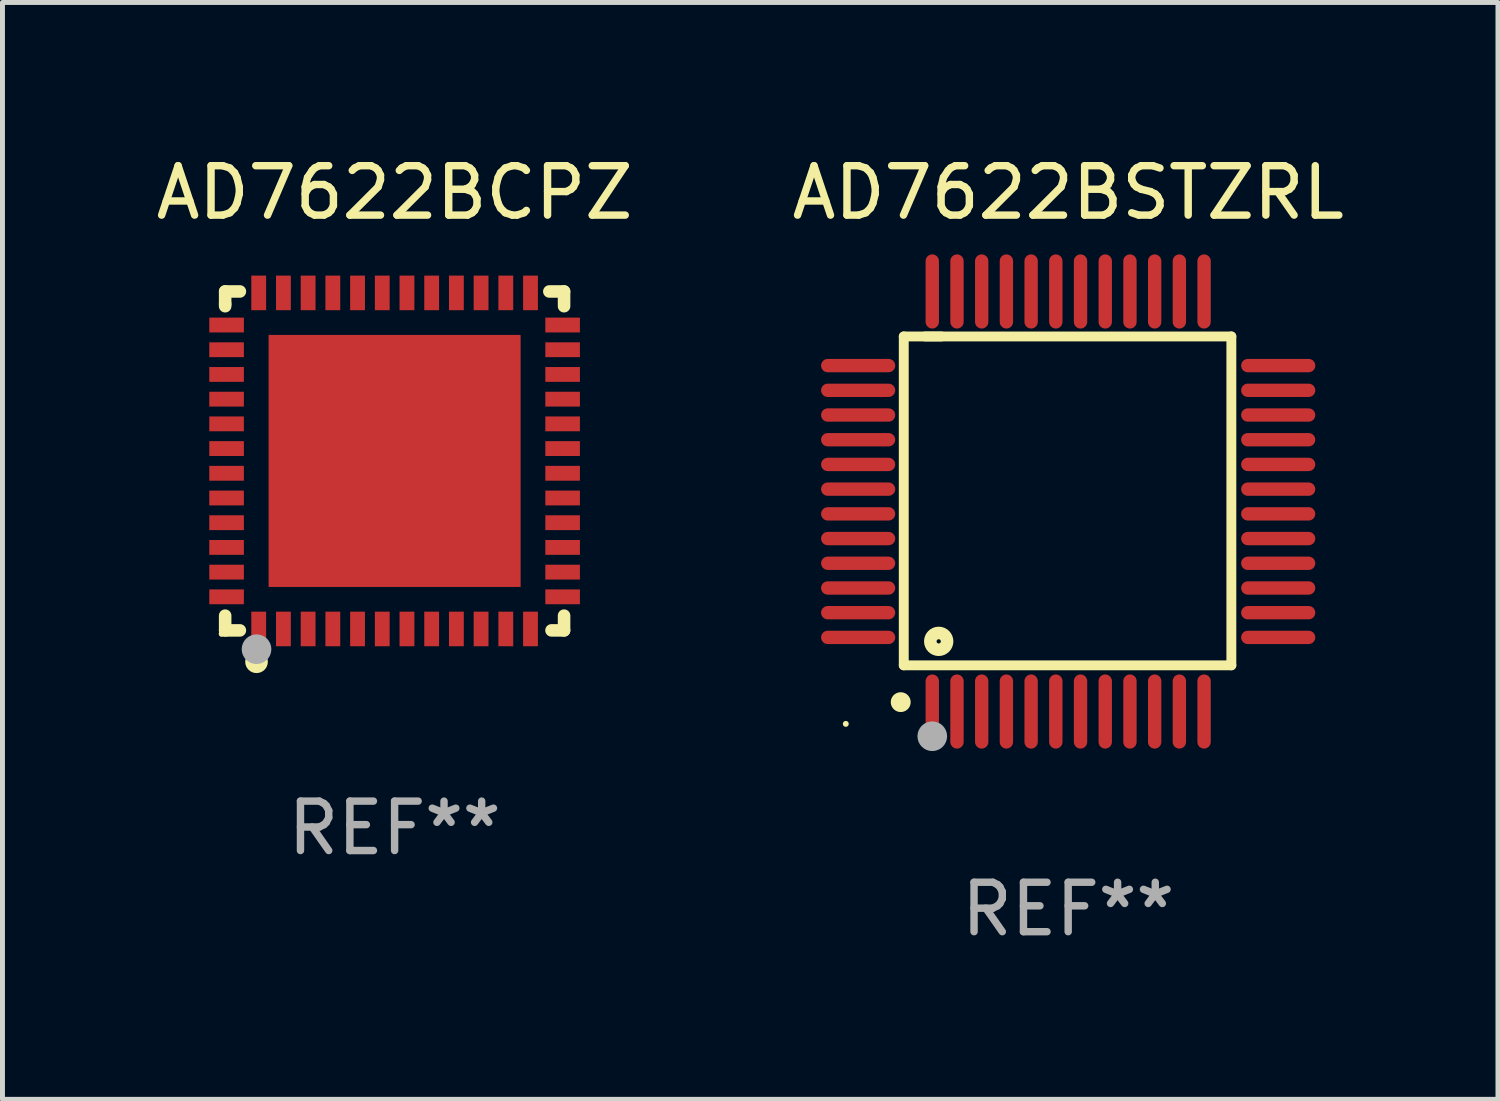
<source format=kicad_pcb>
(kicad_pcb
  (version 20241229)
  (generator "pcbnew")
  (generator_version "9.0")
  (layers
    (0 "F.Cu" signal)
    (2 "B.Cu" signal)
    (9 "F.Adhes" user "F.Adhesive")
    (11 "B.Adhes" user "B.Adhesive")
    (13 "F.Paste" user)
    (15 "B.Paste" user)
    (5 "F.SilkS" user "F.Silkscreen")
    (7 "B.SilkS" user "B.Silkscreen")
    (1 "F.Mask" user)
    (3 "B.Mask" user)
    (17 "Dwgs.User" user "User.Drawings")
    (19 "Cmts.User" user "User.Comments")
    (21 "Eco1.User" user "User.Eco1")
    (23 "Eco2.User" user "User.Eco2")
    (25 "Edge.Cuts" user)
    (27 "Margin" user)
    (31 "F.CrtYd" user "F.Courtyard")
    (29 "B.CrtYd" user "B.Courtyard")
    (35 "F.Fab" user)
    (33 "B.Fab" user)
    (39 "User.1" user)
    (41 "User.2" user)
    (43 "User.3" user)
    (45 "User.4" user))
  (footprint "AD7622BSTZRL"
    (layer "F.Cu")
    (at 18.565 7.098)
    (property "Reference" "AD7622BSTZRL" (at 0 -6.25 0) (layer "F.SilkS") (effects (font (size 1 1) (thickness 0.15))))
    (attr through_hole)
    (fp_line (start -3.327 -3.34) (end -2.565 -3.34) (stroke (width 0.2) (type solid)) (layer "F.SilkS"))
    (fp_line (start -3.327 3.315) (end -3.327 -3.34) (stroke (width 0.2) (type solid)) (layer "F.SilkS"))
    (fp_line (start -2.896 -3.34) (end 3.302 -3.34) (stroke (width 0.2) (type solid)) (layer "F.SilkS"))
    (fp_line (start 3.302 -3.34) (end 3.302 3.315) (stroke (width 0.2) (type solid)) (layer "F.SilkS"))
    (fp_line (start 3.302 3.315) (end -3.327 3.315) (stroke (width 0.2) (type solid)) (layer "F.SilkS"))
    (fp_arc (start -3.389992 4.059995) (mid -3.388722 4.059991) (end -3.387452 4.059995) (stroke (width 0.4) (type solid)) (layer "F.SilkS"))
    (fp_circle (center -4.5 4.5) (end -4.47 4.5) (stroke (width 0.06) (type solid)) (fill no) (layer "F.SilkS"))
    (fp_circle (center -2.62 2.83) (end -2.45 2.83) (stroke (width 0.254) (type solid)) (fill no) (layer "F.SilkS"))
    (fp_circle (center -2.75 4.75) (end -2.6 4.75) (stroke (width 0.3) (type solid)) (fill no) (layer "F.Fab"))
    (fp_text user "REF**" (at 0 8.25 0) (layer "F.Fab") (effects (font (size 1 1) (thickness 0.15))))
    (pad "1" smd oval (at -2.75 4.25) (size 0.27 1.5) (layers "F.Cu" "F.Mask" "F.Paste"))
    (pad "2" smd oval (at -2.25 4.25) (size 0.27 1.5) (layers "F.Cu" "F.Mask" "F.Paste"))
    (pad "3" smd oval (at -1.75 4.25) (size 0.27 1.5) (layers "F.Cu" "F.Mask" "F.Paste"))
    (pad "4" smd oval (at -1.25 4.25) (size 0.27 1.5) (layers "F.Cu" "F.Mask" "F.Paste"))
    (pad "5" smd oval (at -0.75 4.25) (size 0.27 1.5) (layers "F.Cu" "F.Mask" "F.Paste"))
    (pad "6" smd oval (at -0.25 4.25) (size 0.27 1.5) (layers "F.Cu" "F.Mask" "F.Paste"))
    (pad "7" smd oval (at 0.25 4.25) (size 0.27 1.5) (layers "F.Cu" "F.Mask" "F.Paste"))
    (pad "8" smd oval (at 0.75 4.25) (size 0.27 1.5) (layers "F.Cu" "F.Mask" "F.Paste"))
    (pad "9" smd oval (at 1.25 4.25) (size 0.27 1.5) (layers "F.Cu" "F.Mask" "F.Paste"))
    (pad "10" smd oval (at 1.75 4.25) (size 0.27 1.5) (layers "F.Cu" "F.Mask" "F.Paste"))
    (pad "11" smd oval (at 2.25 4.25) (size 0.27 1.5) (layers "F.Cu" "F.Mask" "F.Paste"))
    (pad "12" smd oval (at 2.75 4.25) (size 0.27 1.5) (layers "F.Cu" "F.Mask" "F.Paste"))
    (pad "13" smd oval (at 4.25 2.75) (size 1.5 0.27) (layers "F.Cu" "F.Mask" "F.Paste"))
    (pad "14" smd oval (at 4.25 2.25) (size 1.5 0.27) (layers "F.Cu" "F.Mask" "F.Paste"))
    (pad "15" smd oval (at 4.25 1.75) (size 1.5 0.27) (layers "F.Cu" "F.Mask" "F.Paste"))
    (pad "16" smd oval (at 4.25 1.25) (size 1.5 0.27) (layers "F.Cu" "F.Mask" "F.Paste"))
    (pad "17" smd oval (at 4.25 0.75) (size 1.5 0.27) (layers "F.Cu" "F.Mask" "F.Paste"))
    (pad "18" smd oval (at 4.25 0.25) (size 1.5 0.27) (layers "F.Cu" "F.Mask" "F.Paste"))
    (pad "19" smd oval (at 4.25 -0.25) (size 1.5 0.27) (layers "F.Cu" "F.Mask" "F.Paste"))
    (pad "20" smd oval (at 4.25 -0.75) (size 1.5 0.27) (layers "F.Cu" "F.Mask" "F.Paste"))
    (pad "21" smd oval (at 4.25 -1.25) (size 1.5 0.27) (layers "F.Cu" "F.Mask" "F.Paste"))
    (pad "22" smd oval (at 4.25 -1.75) (size 1.5 0.27) (layers "F.Cu" "F.Mask" "F.Paste"))
    (pad "23" smd oval (at 4.25 -2.25) (size 1.5 0.27) (layers "F.Cu" "F.Mask" "F.Paste"))
    (pad "24" smd oval (at 4.25 -2.75) (size 1.5 0.27) (layers "F.Cu" "F.Mask" "F.Paste"))
    (pad "25" smd oval (at 2.75 -4.25) (size 0.27 1.5) (layers "F.Cu" "F.Mask" "F.Paste"))
    (pad "26" smd oval (at 2.25 -4.25) (size 0.27 1.5) (layers "F.Cu" "F.Mask" "F.Paste"))
    (pad "27" smd oval (at 1.75 -4.25) (size 0.27 1.5) (layers "F.Cu" "F.Mask" "F.Paste"))
    (pad "28" smd oval (at 1.25 -4.25) (size 0.27 1.5) (layers "F.Cu" "F.Mask" "F.Paste"))
    (pad "29" smd oval (at 0.75 -4.25) (size 0.27 1.5) (layers "F.Cu" "F.Mask" "F.Paste"))
    (pad "30" smd oval (at 0.25 -4.25) (size 0.27 1.5) (layers "F.Cu" "F.Mask" "F.Paste"))
    (pad "31" smd oval (at -0.25 -4.25) (size 0.27 1.5) (layers "F.Cu" "F.Mask" "F.Paste"))
    (pad "32" smd oval (at -0.75 -4.25) (size 0.27 1.5) (layers "F.Cu" "F.Mask" "F.Paste"))
    (pad "33" smd oval (at -1.25 -4.25) (size 0.27 1.5) (layers "F.Cu" "F.Mask" "F.Paste"))
    (pad "34" smd oval (at -1.75 -4.25) (size 0.27 1.5) (layers "F.Cu" "F.Mask" "F.Paste"))
    (pad "35" smd oval (at -2.25 -4.25) (size 0.27 1.5) (layers "F.Cu" "F.Mask" "F.Paste"))
    (pad "36" smd oval (at -2.75 -4.25) (size 0.27 1.5) (layers "F.Cu" "F.Mask" "F.Paste"))
    (pad "37" smd oval (at -4.25 -2.75) (size 1.5 0.27) (layers "F.Cu" "F.Mask" "F.Paste"))
    (pad "38" smd oval (at -4.25 -2.25) (size 1.5 0.27) (layers "F.Cu" "F.Mask" "F.Paste"))
    (pad "39" smd oval (at -4.25 -1.75) (size 1.5 0.27) (layers "F.Cu" "F.Mask" "F.Paste"))
    (pad "40" smd oval (at -4.25 -1.25) (size 1.5 0.27) (layers "F.Cu" "F.Mask" "F.Paste"))
    (pad "41" smd oval (at -4.25 -0.75) (size 1.5 0.27) (layers "F.Cu" "F.Mask" "F.Paste"))
    (pad "42" smd oval (at -4.25 -0.25) (size 1.5 0.27) (layers "F.Cu" "F.Mask" "F.Paste"))
    (pad "43" smd oval (at -4.25 0.25) (size 1.5 0.27) (layers "F.Cu" "F.Mask" "F.Paste"))
    (pad "44" smd oval (at -4.25 0.75) (size 1.5 0.27) (layers "F.Cu" "F.Mask" "F.Paste"))
    (pad "45" smd oval (at -4.25 1.25) (size 1.5 0.27) (layers "F.Cu" "F.Mask" "F.Paste"))
    (pad "46" smd oval (at -4.25 1.75) (size 1.5 0.27) (layers "F.Cu" "F.Mask" "F.Paste"))
    (pad "47" smd oval (at -4.25 2.25) (size 1.5 0.27) (layers "F.Cu" "F.Mask" "F.Paste"))
    (pad "48" smd oval (at -4.25 2.75) (size 1.5 0.27) (layers "F.Cu" "F.Mask" "F.Paste")))
  (footprint "AD7622BCPZ"
    (layer "F.Cu")
    (at 4.935 6.277)
    (property "Reference" "AD7622BCPZ" (at 0 -5.429 0) (layer "F.SilkS") (effects (font (size 1 1) (thickness 0.15))))
    (attr through_hole)
    (fp_line (start -3.429 -3.429) (end -3.429 -3.175) (stroke (width 0.254) (type solid)) (layer "F.SilkS"))
    (fp_line (start -3.429 -3.175) (end -3.429 -3.131) (stroke (width 0.254) (type solid)) (layer "F.SilkS"))
    (fp_line (start -3.429 3.131) (end -3.429 3.429) (stroke (width 0.254) (type solid)) (layer "F.SilkS"))
    (fp_line (start -3.429 3.429) (end -3.131 3.429) (stroke (width 0.254) (type solid)) (layer "F.SilkS"))
    (fp_line (start -3.131 -3.429) (end -3.429 -3.429) (stroke (width 0.254) (type solid)) (layer "F.SilkS"))
    (fp_line (start 3.131 -3.429) (end 3.429 -3.429) (stroke (width 0.254) (type solid)) (layer "F.SilkS"))
    (fp_line (start 3.429 -3.429) (end 3.429 -3.131) (stroke (width 0.254) (type solid)) (layer "F.SilkS"))
    (fp_line (start 3.429 3.131) (end 3.429 3.429) (stroke (width 0.254) (type solid)) (layer "F.SilkS"))
    (fp_line (start 3.429 3.429) (end 3.175 3.429) (stroke (width 0.254) (type solid)) (layer "F.SilkS"))
    (fp_circle (center -3.5 3.5) (end -3.47 3.5) (stroke (width 0.06) (type solid)) (fill no) (layer "F.SilkS"))
    (fp_circle (center -2.794 4.064) (end -2.667 4.064) (stroke (width 0.204) (type solid)) (fill no) (layer "F.SilkS"))
    (fp_circle (center -2.794 3.81) (end -2.644 3.81) (stroke (width 0.3) (type solid)) (fill no) (layer "F.Fab"))
    (fp_text user "REF**" (at 0 7.429 0) (layer "F.Fab") (effects (font (size 1 1) (thickness 0.15))))
    (pad "1" smd rect (at -2.75 3.4) (size 0.3 0.7) (layers "F.Cu" "F.Mask" "F.Paste"))
    (pad "2" smd rect (at -2.25 3.4) (size 0.3 0.7) (layers "F.Cu" "F.Mask" "F.Paste"))
    (pad "3" smd rect (at -1.75 3.4) (size 0.3 0.7) (layers "F.Cu" "F.Mask" "F.Paste"))
    (pad "4" smd rect (at -1.25 3.4) (size 0.3 0.7) (layers "F.Cu" "F.Mask" "F.Paste"))
    (pad "5" smd rect (at -0.75 3.4) (size 0.3 0.7) (layers "F.Cu" "F.Mask" "F.Paste"))
    (pad "6" smd rect (at -0.25 3.4) (size 0.3 0.7) (layers "F.Cu" "F.Mask" "F.Paste"))
    (pad "7" smd rect (at 0.25 3.4) (size 0.3 0.7) (layers "F.Cu" "F.Mask" "F.Paste"))
    (pad "8" smd rect (at 0.75 3.4) (size 0.3 0.7) (layers "F.Cu" "F.Mask" "F.Paste"))
    (pad "9" smd rect (at 1.25 3.4) (size 0.3 0.7) (layers "F.Cu" "F.Mask" "F.Paste"))
    (pad "10" smd rect (at 1.75 3.4) (size 0.3 0.7) (layers "F.Cu" "F.Mask" "F.Paste"))
    (pad "11" smd rect (at 2.25 3.4) (size 0.3 0.7) (layers "F.Cu" "F.Mask" "F.Paste"))
    (pad "12" smd rect (at 2.75 3.4) (size 0.3 0.7) (layers "F.Cu" "F.Mask" "F.Paste"))
    (pad "13" smd rect (at 3.4 2.75) (size 0.7 0.3) (layers "F.Cu" "F.Mask" "F.Paste"))
    (pad "14" smd rect (at 3.4 2.25) (size 0.7 0.3) (layers "F.Cu" "F.Mask" "F.Paste"))
    (pad "15" smd rect (at 3.4 1.75) (size 0.7 0.3) (layers "F.Cu" "F.Mask" "F.Paste"))
    (pad "16" smd rect (at 3.4 1.25) (size 0.7 0.3) (layers "F.Cu" "F.Mask" "F.Paste"))
    (pad "17" smd rect (at 3.4 0.75) (size 0.7 0.3) (layers "F.Cu" "F.Mask" "F.Paste"))
    (pad "18" smd rect (at 3.4 0.25) (size 0.7 0.3) (layers "F.Cu" "F.Mask" "F.Paste"))
    (pad "19" smd rect (at 3.4 -0.25) (size 0.7 0.3) (layers "F.Cu" "F.Mask" "F.Paste"))
    (pad "20" smd rect (at 3.4 -0.75) (size 0.7 0.3) (layers "F.Cu" "F.Mask" "F.Paste"))
    (pad "21" smd rect (at 3.4 -1.25) (size 0.7 0.3) (layers "F.Cu" "F.Mask" "F.Paste"))
    (pad "22" smd rect (at 3.4 -1.75) (size 0.7 0.3) (layers "F.Cu" "F.Mask" "F.Paste"))
    (pad "23" smd rect (at 3.4 -2.25) (size 0.7 0.3) (layers "F.Cu" "F.Mask" "F.Paste"))
    (pad "24" smd rect (at 3.4 -2.75) (size 0.7 0.3) (layers "F.Cu" "F.Mask" "F.Paste"))
    (pad "25" smd rect (at 2.75 -3.4) (size 0.3 0.7) (layers "F.Cu" "F.Mask" "F.Paste"))
    (pad "26" smd rect (at 2.25 -3.4) (size 0.3 0.7) (layers "F.Cu" "F.Mask" "F.Paste"))
    (pad "27" smd rect (at 1.75 -3.4) (size 0.3 0.7) (layers "F.Cu" "F.Mask" "F.Paste"))
    (pad "28" smd rect (at 1.25 -3.4) (size 0.3 0.7) (layers "F.Cu" "F.Mask" "F.Paste"))
    (pad "29" smd rect (at 0.75 -3.4) (size 0.3 0.7) (layers "F.Cu" "F.Mask" "F.Paste"))
    (pad "30" smd rect (at 0.25 -3.4) (size 0.3 0.7) (layers "F.Cu" "F.Mask" "F.Paste"))
    (pad "31" smd rect (at -0.25 -3.4) (size 0.3 0.7) (layers "F.Cu" "F.Mask" "F.Paste"))
    (pad "32" smd rect (at -0.75 -3.4) (size 0.3 0.7) (layers "F.Cu" "F.Mask" "F.Paste"))
    (pad "33" smd rect (at -1.25 -3.4) (size 0.3 0.7) (layers "F.Cu" "F.Mask" "F.Paste"))
    (pad "34" smd rect (at -1.75 -3.4) (size 0.3 0.7) (layers "F.Cu" "F.Mask" "F.Paste"))
    (pad "35" smd rect (at -2.25 -3.4) (size 0.3 0.7) (layers "F.Cu" "F.Mask" "F.Paste"))
    (pad "36" smd rect (at -2.75 -3.4) (size 0.3 0.7) (layers "F.Cu" "F.Mask" "F.Paste"))
    (pad "37" smd rect (at -3.4 -2.75) (size 0.7 0.3) (layers "F.Cu" "F.Mask" "F.Paste"))
    (pad "38" smd rect (at -3.4 -2.25) (size 0.7 0.3) (layers "F.Cu" "F.Mask" "F.Paste"))
    (pad "39" smd rect (at -3.4 -1.75) (size 0.7 0.3) (layers "F.Cu" "F.Mask" "F.Paste"))
    (pad "40" smd rect (at -3.4 -1.25) (size 0.7 0.3) (layers "F.Cu" "F.Mask" "F.Paste"))
    (pad "41" smd rect (at -3.4 -0.75) (size 0.7 0.3) (layers "F.Cu" "F.Mask" "F.Paste"))
    (pad "42" smd rect (at -3.4 -0.25) (size 0.7 0.3) (layers "F.Cu" "F.Mask" "F.Paste"))
    (pad "43" smd rect (at -3.4 0.25) (size 0.7 0.3) (layers "F.Cu" "F.Mask" "F.Paste"))
    (pad "44" smd rect (at -3.4 0.75) (size 0.7 0.3) (layers "F.Cu" "F.Mask" "F.Paste"))
    (pad "45" smd rect (at -3.4 1.25) (size 0.7 0.3) (layers "F.Cu" "F.Mask" "F.Paste"))
    (pad "46" smd rect (at -3.4 1.75) (size 0.7 0.3) (layers "F.Cu" "F.Mask" "F.Paste"))
    (pad "47" smd rect (at -3.4 2.25) (size 0.7 0.3) (layers "F.Cu" "F.Mask" "F.Paste"))
    (pad "48" smd rect (at -3.4 2.75) (size 0.7 0.3) (layers "F.Cu" "F.Mask" "F.Paste"))
    (pad "49" smd rect (at 0 0) (size 5.1 5.1) (layers "F.Cu" "F.Mask" "F.Paste")))
  (gr_rect
    (start -3 -3)
    (end 27.262 19.196)
    (stroke (width 0.1) (type default))
    (fill no)
    (layer "Edge.Cuts")))
</source>
